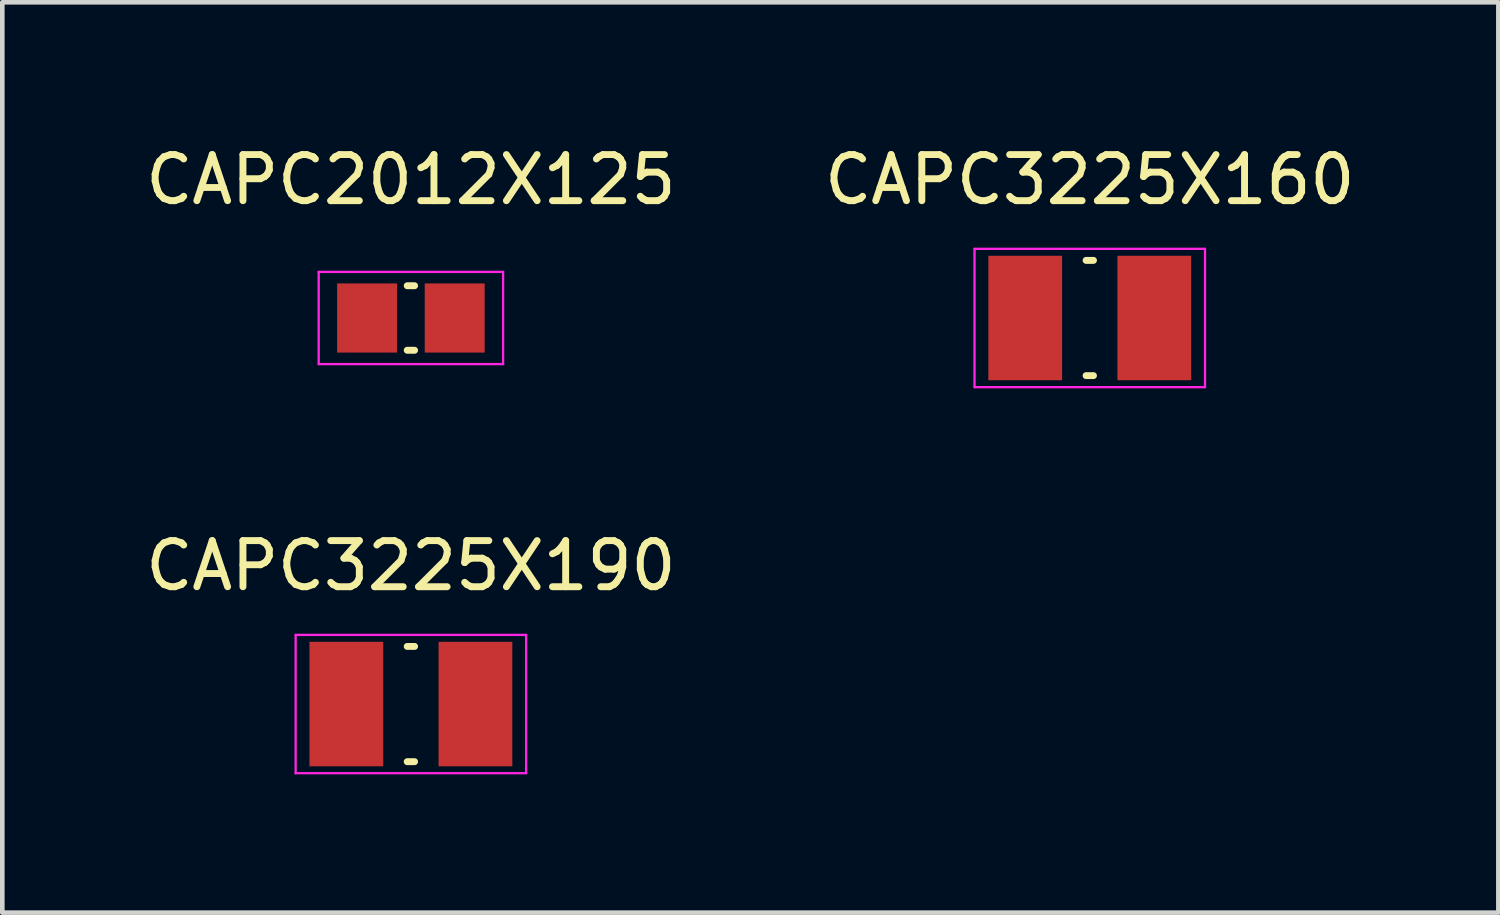
<source format=kicad_pcb>
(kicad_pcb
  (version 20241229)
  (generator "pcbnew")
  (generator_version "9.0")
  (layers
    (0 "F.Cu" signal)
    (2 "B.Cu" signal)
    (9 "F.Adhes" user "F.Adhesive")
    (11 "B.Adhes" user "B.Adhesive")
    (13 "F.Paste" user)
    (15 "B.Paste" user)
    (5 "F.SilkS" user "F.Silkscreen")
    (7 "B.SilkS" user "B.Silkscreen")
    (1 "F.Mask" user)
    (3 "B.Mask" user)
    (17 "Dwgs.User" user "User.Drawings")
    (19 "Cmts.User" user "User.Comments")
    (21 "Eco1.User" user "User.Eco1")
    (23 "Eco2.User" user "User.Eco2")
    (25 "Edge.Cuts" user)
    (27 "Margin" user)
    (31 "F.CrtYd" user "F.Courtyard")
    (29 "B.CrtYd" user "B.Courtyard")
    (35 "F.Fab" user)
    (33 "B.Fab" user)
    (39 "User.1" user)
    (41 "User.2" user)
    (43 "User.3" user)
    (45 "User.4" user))
  (footprint "CAPC3225X190"
    (layer "F.Cu")
    (at 5.863 12.222)
    (property "Reference" "CAPC3225X190" (at 0 -3 0) (layer "F.SilkS") (effects (font (size 1 1) (thickness 0.15))))
    (attr through_hole)
    (fp_line (start -0.08 1.25) (end 0.08 1.25) (stroke (width 0.15) (type solid)) (layer "F.SilkS"))
    (fp_line (start 0.08 -1.25) (end -0.08 -1.25) (stroke (width 0.15) (type solid)) (layer "F.SilkS"))
    (fp_line (start -2.5 -1.5) (end -2.5 1.5) (stroke (width 0.05) (type solid)) (layer "F.CrtYd"))
    (fp_line (start -2.5 -1.5) (end 2.5 -1.5) (stroke (width 0.05) (type solid)) (layer "F.CrtYd"))
    (fp_line (start -2.5 1.5) (end 2.5 1.5) (stroke (width 0.05) (type solid)) (layer "F.CrtYd"))
    (fp_line (start 2.5 -1.5) (end 2.5 1.5) (stroke (width 0.05) (type solid)) (layer "F.CrtYd"))
    (pad "1" smd rect (at -1.4 0) (size 1.6 2.7) (layers "F.Cu" "F.Mask" "F.Paste"))
    (pad "2" smd rect (at 1.4 0) (size 1.6 2.7) (layers "F.Cu" "F.Mask" "F.Paste")))
  (footprint "CAPC3225X160"
    (layer "F.Cu")
    (at 20.589 3.848)
    (property "Reference" "CAPC3225X160" (at 0 -3 0) (layer "F.SilkS") (effects (font (size 1 1) (thickness 0.15))))
    (attr through_hole)
    (fp_line (start -0.08 1.25) (end 0.08 1.25) (stroke (width 0.15) (type solid)) (layer "F.SilkS"))
    (fp_line (start 0.08 -1.25) (end -0.08 -1.25) (stroke (width 0.15) (type solid)) (layer "F.SilkS"))
    (fp_line (start -2.5 -1.5) (end -2.5 1.5) (stroke (width 0.05) (type solid)) (layer "F.CrtYd"))
    (fp_line (start -2.5 -1.5) (end 2.5 -1.5) (stroke (width 0.05) (type solid)) (layer "F.CrtYd"))
    (fp_line (start -2.5 1.5) (end 2.5 1.5) (stroke (width 0.05) (type solid)) (layer "F.CrtYd"))
    (fp_line (start 2.5 -1.5) (end 2.5 1.5) (stroke (width 0.05) (type solid)) (layer "F.CrtYd"))
    (pad "1" smd rect (at -1.4 0) (size 1.6 2.7) (layers "F.Cu" "F.Mask" "F.Paste"))
    (pad "2" smd rect (at 1.4 0) (size 1.6 2.7) (layers "F.Cu" "F.Mask" "F.Paste")))
  (footprint "CAPC2012X125"
    (layer "F.Cu")
    (at 5.863 3.848)
    (property "Reference" "CAPC2012X125" (at 0 -3 0) (layer "F.SilkS") (effects (font (size 1 1) (thickness 0.15))))
    (attr through_hole)
    (fp_line (start -0.08 0.7) (end 0.08 0.7) (stroke (width 0.15) (type solid)) (layer "F.SilkS"))
    (fp_line (start 0.08 -0.7) (end -0.08 -0.7) (stroke (width 0.15) (type solid)) (layer "F.SilkS"))
    (fp_line (start -2 -1) (end 2 -1) (stroke (width 0.05) (type solid)) (layer "F.CrtYd"))
    (fp_line (start -2 1) (end -2 -1) (stroke (width 0.05) (type solid)) (layer "F.CrtYd"))
    (fp_line (start 2 -1) (end 2 1) (stroke (width 0.05) (type solid)) (layer "F.CrtYd"))
    (fp_line (start 2 1) (end -2 1) (stroke (width 0.05) (type solid)) (layer "F.CrtYd"))
    (pad "1" smd rect (at -0.95 0) (size 1.3 1.5) (layers "F.Cu" "F.Mask" "F.Paste"))
    (pad "2" smd rect (at 0.95 0) (size 1.3 1.5) (layers "F.Cu" "F.Mask" "F.Paste")))
  (gr_rect
    (start -3 -3)
    (end 29.452 16.747)
    (stroke (width 0.1) (type default))
    (fill no)
    (layer "Edge.Cuts")))
</source>
